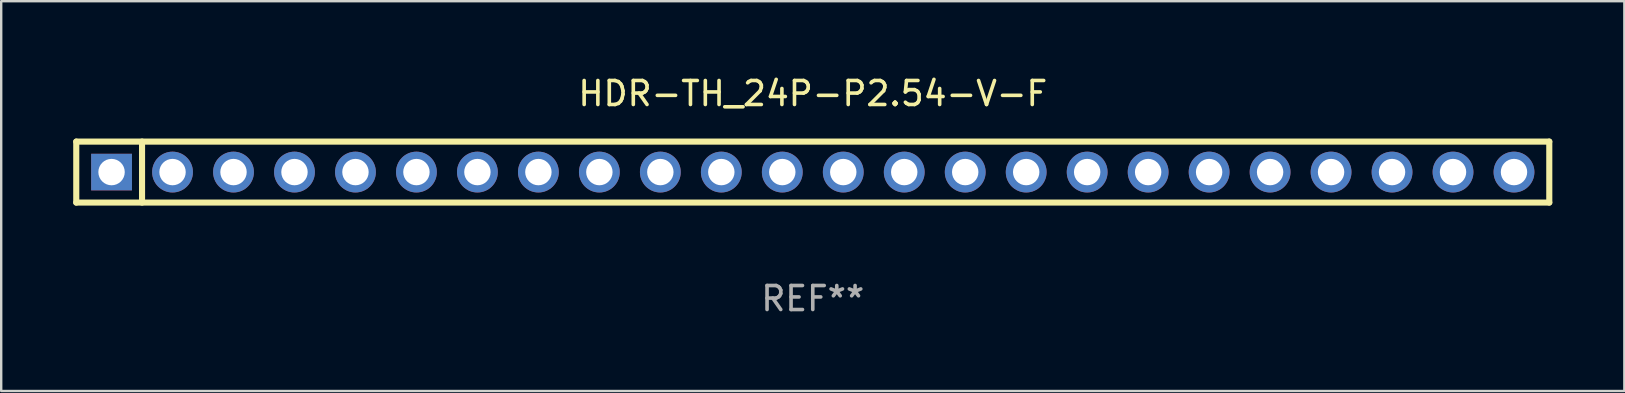
<source format=kicad_pcb>
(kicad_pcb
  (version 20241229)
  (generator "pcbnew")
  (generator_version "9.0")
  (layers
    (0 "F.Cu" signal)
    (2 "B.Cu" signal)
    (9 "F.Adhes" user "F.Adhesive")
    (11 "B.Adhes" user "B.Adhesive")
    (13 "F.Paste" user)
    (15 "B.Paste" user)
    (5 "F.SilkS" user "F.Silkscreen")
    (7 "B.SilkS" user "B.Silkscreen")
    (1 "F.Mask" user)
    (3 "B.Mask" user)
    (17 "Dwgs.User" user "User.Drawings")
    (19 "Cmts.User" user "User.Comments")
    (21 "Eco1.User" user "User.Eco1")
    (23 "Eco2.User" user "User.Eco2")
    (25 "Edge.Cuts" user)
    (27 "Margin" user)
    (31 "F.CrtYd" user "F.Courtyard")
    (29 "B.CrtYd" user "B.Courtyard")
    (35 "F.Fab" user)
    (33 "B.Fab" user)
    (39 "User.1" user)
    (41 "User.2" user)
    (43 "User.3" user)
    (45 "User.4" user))
  (footprint "HDR-TH_24P-P2.54-V-F"
    (layer "F.Cu")
    (at 30.807 4.118)
    (property "Reference" "HDR-TH_24P-P2.54-V-F" (at 0 -3.27 0) (layer "F.SilkS") (effects (font (size 1 1) (thickness 0.15))))
    (attr through_hole)
    (fp_line (start -30.68 -1.27) (end -30.68 1.27) (stroke (width 0.254) (type solid)) (layer "F.SilkS"))
    (fp_line (start -30.68 -1.27) (end 30.68 -1.27) (stroke (width 0.254) (type solid)) (layer "F.SilkS"))
    (fp_line (start -30.68 1.27) (end 30.68 1.27) (stroke (width 0.254) (type solid)) (layer "F.SilkS"))
    (fp_line (start -27.94 -1.27) (end -27.94 1.27) (stroke (width 0.254) (type solid)) (layer "F.SilkS"))
    (fp_line (start 30.68 -1.27) (end 30.68 1.27) (stroke (width 0.254) (type solid)) (layer "F.SilkS"))
    (fp_circle (center -30.68 1.2) (end -30.65 1.2) (stroke (width 0.06) (type solid)) (fill no) (layer "F.SilkS"))
    (fp_text user "REF**" (at 0 5.27 0) (layer "F.Fab") (effects (font (size 1 1) (thickness 0.15))))
    (pad "1" thru_hole rect (at -29.21 0) (size 1.7 1.524) (drill 1.1) (layers "*.Cu" "*.Mask"))
    (pad "2" thru_hole circle (at -26.67 0) (size 1.7 1.7) (drill 1.1) (layers "*.Cu" "*.Mask"))
    (pad "3" thru_hole circle (at -24.13 0) (size 1.7 1.7) (drill 1.1) (layers "*.Cu" "*.Mask"))
    (pad "4" thru_hole circle (at -21.59 0) (size 1.7 1.7) (drill 1.1) (layers "*.Cu" "*.Mask"))
    (pad "5" thru_hole circle (at -19.05 0) (size 1.7 1.7) (drill 1.1) (layers "*.Cu" "*.Mask"))
    (pad "6" thru_hole circle (at -16.51 0) (size 1.7 1.7) (drill 1.1) (layers "*.Cu" "*.Mask"))
    (pad "7" thru_hole circle (at -13.97 0) (size 1.7 1.7) (drill 1.1) (layers "*.Cu" "*.Mask"))
    (pad "8" thru_hole circle (at -11.43 0) (size 1.7 1.7) (drill 1.1) (layers "*.Cu" "*.Mask"))
    (pad "9" thru_hole circle (at -8.89 0) (size 1.7 1.7) (drill 1.1) (layers "*.Cu" "*.Mask"))
    (pad "10" thru_hole circle (at -6.35 0) (size 1.7 1.7) (drill 1.1) (layers "*.Cu" "*.Mask"))
    (pad "11" thru_hole circle (at -3.81 0) (size 1.7 1.7) (drill 1.1) (layers "*.Cu" "*.Mask"))
    (pad "12" thru_hole circle (at -1.27 0) (size 1.7 1.7) (drill 1.1) (layers "*.Cu" "*.Mask"))
    (pad "13" thru_hole circle (at 1.27 0) (size 1.7 1.7) (drill 1.1) (layers "*.Cu" "*.Mask"))
    (pad "14" thru_hole circle (at 3.81 0) (size 1.7 1.7) (drill 1.1) (layers "*.Cu" "*.Mask"))
    (pad "15" thru_hole circle (at 6.35 0) (size 1.7 1.7) (drill 1.1) (layers "*.Cu" "*.Mask"))
    (pad "16" thru_hole circle (at 8.89 0) (size 1.7 1.7) (drill 1.1) (layers "*.Cu" "*.Mask"))
    (pad "17" thru_hole circle (at 11.43 0) (size 1.7 1.7) (drill 1.1) (layers "*.Cu" "*.Mask"))
    (pad "18" thru_hole circle (at 13.97 0) (size 1.7 1.7) (drill 1.1) (layers "*.Cu" "*.Mask"))
    (pad "19" thru_hole circle (at 16.51 0) (size 1.7 1.7) (drill 1.1) (layers "*.Cu" "*.Mask"))
    (pad "20" thru_hole circle (at 19.05 0) (size 1.7 1.7) (drill 1.1) (layers "*.Cu" "*.Mask"))
    (pad "21" thru_hole circle (at 21.59 0) (size 1.7 1.7) (drill 1.1) (layers "*.Cu" "*.Mask"))
    (pad "22" thru_hole circle (at 24.13 0) (size 1.7 1.7) (drill 1.1) (layers "*.Cu" "*.Mask"))
    (pad "23" thru_hole circle (at 26.67 0) (size 1.7 1.7) (drill 1.1) (layers "*.Cu" "*.Mask"))
    (pad "24" thru_hole circle (at 29.21 0) (size 1.7 1.7) (drill 1.1) (layers "*.Cu" "*.Mask")))
  (gr_rect
    (start -3 -3)
    (end 64.614 13.237)
    (stroke (width 0.1) (type default))
    (fill no)
    (layer "Edge.Cuts")))
</source>
